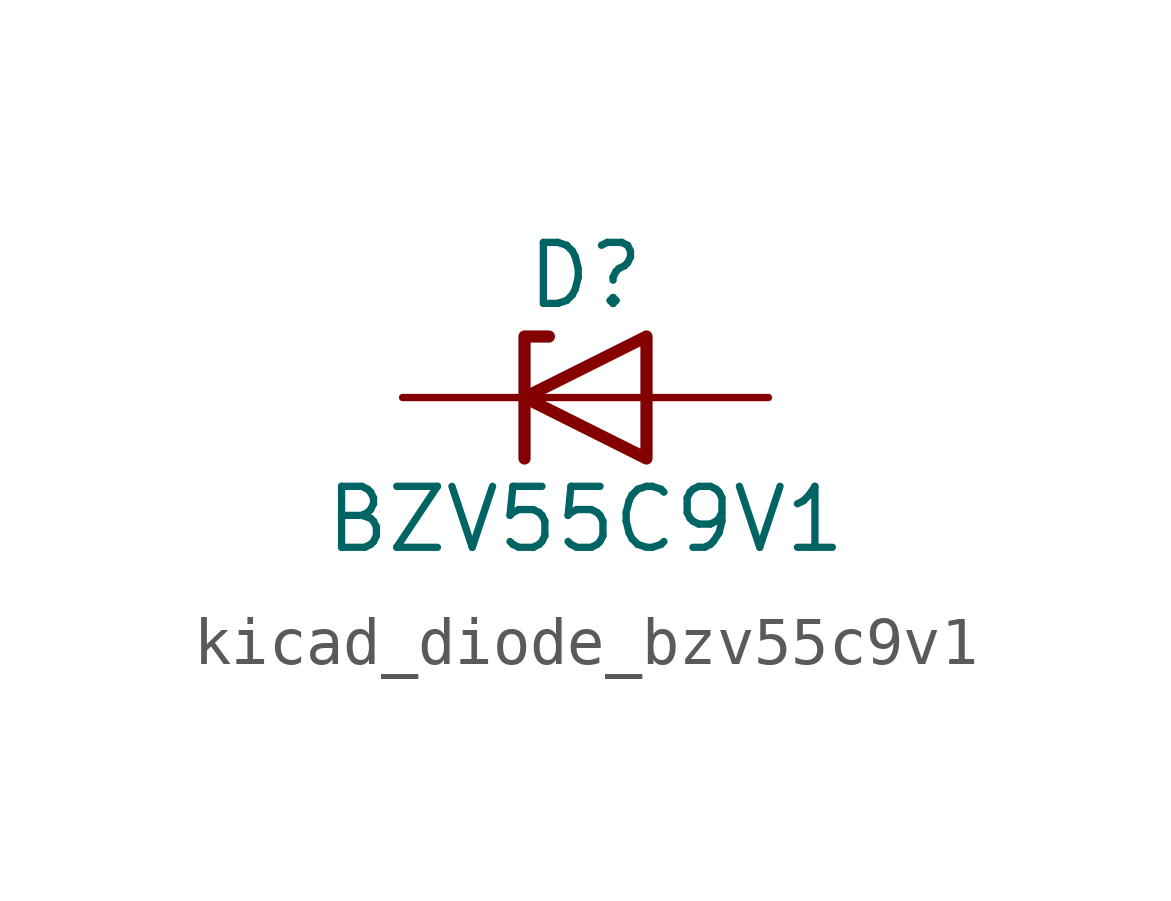
<source format=kicad_sym>
(kicad_symbol_lib
  (version 20220914)
  (generator kicad_symbol_editor)
  (symbol "kicad_diode_bzv55c9v1"
    (pin_numbers hide)
    (pin_names hide)
    (property "Reference" "D"
      (at 0 2.54 0)
      (effects (font (size 1.27 1.27))))
    (property "Value" "BZV55C9V1"
      (at 0 -2.54 0)
      (effects (font (size 1.27 1.27))))
    (symbol "kicad_diode_bzv55c9v1_0_1"
      (polyline (pts (xy 1.27 0) (xy -1.27 0)) (stroke (width 0) (type default)) (fill (type none)))
      (polyline (pts (xy -1.27 -1.27) (xy -1.27 1.27) (xy -0.762 1.27)) (stroke (width 0.254) (type default)) (fill (type none)))
      (polyline (pts (xy 1.27 -1.27) (xy 1.27 1.27) (xy -1.27 0) (xy 1.27 -1.27)) (stroke (width 0.254) (type default)) (fill (type none))))
    (symbol "kicad_diode_bzv55c9v1_1_1"
      (pin passive line (at -3.81 0 0) (length 2.54) (name "K" (effects (font (size 1.27 1.27)))) (number "1" (effects (font (size 1.27 1.27)))))
      (pin passive line (at 3.81 0 180) (length 2.54) (name "A" (effects (font (size 1.27 1.27)))) (number "2" (effects (font (size 1.27 1.27))))))))
</source>
